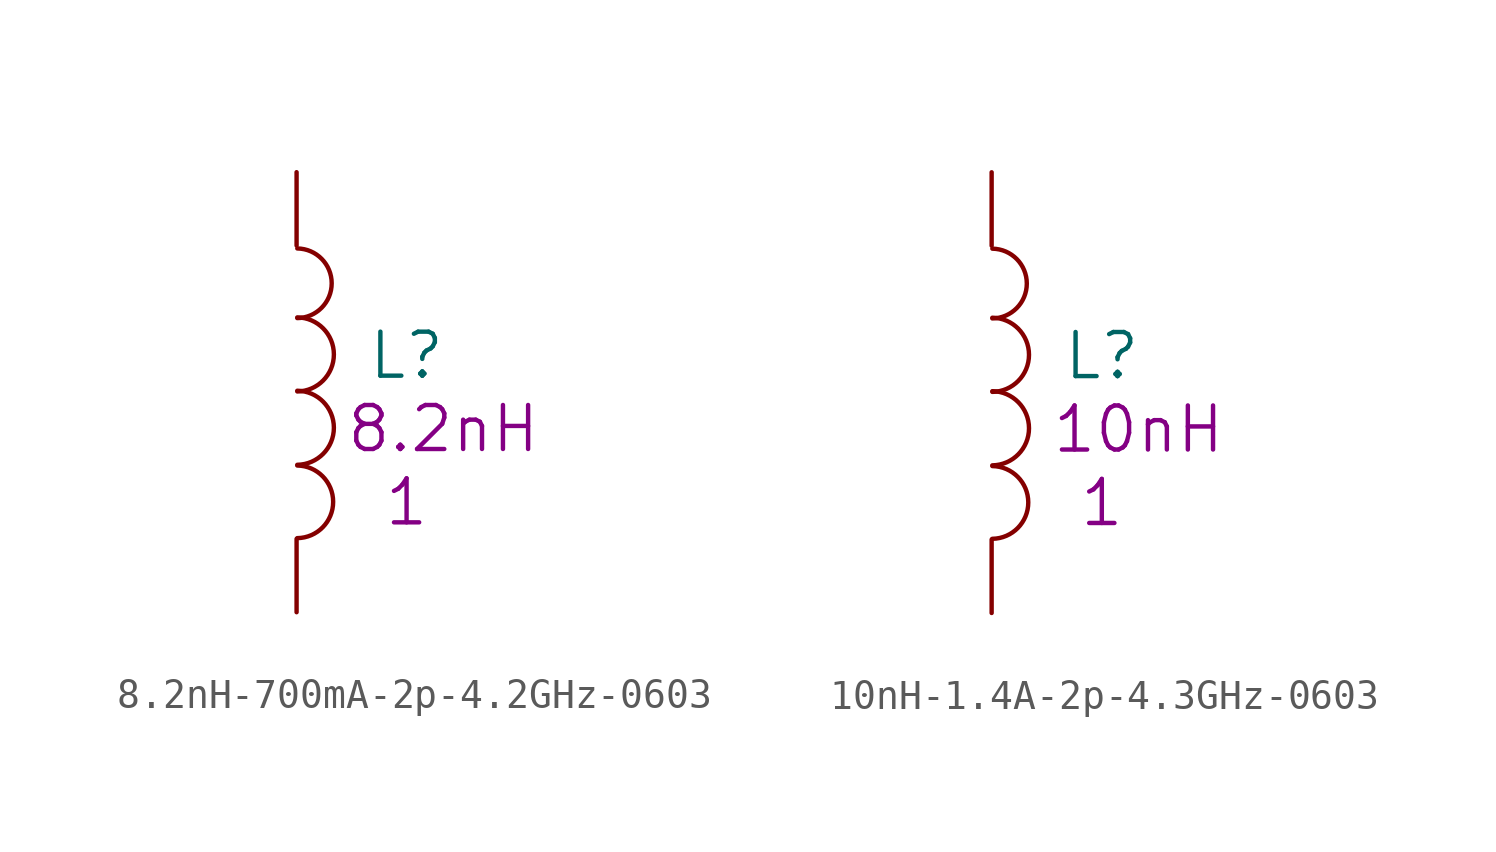
<source format=kicad_sym>
(kicad_symbol_lib
  (version 20201005)
  (generator kicad_symbol_editor)
  (symbol "8.2nH-700mA-2p-4.2GHz-0603"
    (pin_numbers hide)
    (pin_names
      (offset 1.016) hide)
    (property "Reference" "L"
      (at 3.81 -6.35 0)
      (effects (font (size 1.524 1.524))))
    (property "Datasheet" ""
      (at 0 0 0)
      (effects (font (size 1.524 1.524))))
    (property "Qty" "1"
      (at 3.81 -11.43 0)
      (effects (font (size 1.524 1.524))))
    (property "Desc1" "8.2nH"
      (at 5.08 -8.89 0)
      (effects (font (size 1.524 1.524))))
    (symbol "8.2nH-700mA-2p-4.2GHz-0603_0_1"
      (arc (start 0.0254 -12.6746) (end 0.0254 -10.16) (radius (at 0 -11.43) (length 1.27) (angles -88.9 88.9)) (stroke (width 0)) (fill (type none)))
      (arc (start 0.0254 -10.1346) (end 0.0254 -7.5692) (radius (at 0 -8.8646) (length 1.2954) (angles -88.9 88.9)) (stroke (width 0)) (fill (type none)))
      (arc (start 0.0254 -7.5946) (end 0.0254 -5.0292) (radius (at 0 -6.3246) (length 1.2954) (angles -88.9 88.9)) (stroke (width 0)) (fill (type none)))
      (arc (start 0.0254 -5.0546) (end 0.0254 -2.6416) (radius (at 0 -3.8608) (length 1.2192) (angles -88.9 88.9)) (stroke (width 0)) (fill (type none))))
    (symbol "8.2nH-700mA-2p-4.2GHz-0603_1_1"
      (pin passive line (at 0 0 270) (length 2.54) (name "1" (effects (font (size 1.778 1.778)))) (number "1" (effects (font (size 1.778 1.778)))))
      (pin passive line (at 0 -15.24 90) (length 2.54) (name "2" (effects (font (size 1.778 1.778)))) (number "2" (effects (font (size 1.778 1.778)))))))
  (symbol "10nH-1.4A-2p-4.3GHz-0603"
    (pin_numbers hide)
    (pin_names
      (offset 1.016) hide)
    (property "Reference" "L"
      (at 3.81 -6.35 0)
      (effects (font (size 1.524 1.524))))
    (property "Datasheet" ""
      (at 0 0 0)
      (effects (font (size 1.524 1.524))))
    (property "Qty" "1"
      (at 3.81 -11.43 0)
      (effects (font (size 1.524 1.524))))
    (property "Desc1" "10nH"
      (at 5.08 -8.89 0)
      (effects (font (size 1.524 1.524))))
    (symbol "10nH-1.4A-2p-4.3GHz-0603_0_1"
      (arc (start 0.0254 -12.6746) (end 0.0254 -10.16) (radius (at 0 -11.43) (length 1.27) (angles -88.9 88.9)) (stroke (width 0)) (fill (type none)))
      (arc (start 0.0254 -10.1346) (end 0.0254 -7.5692) (radius (at 0 -8.8646) (length 1.2954) (angles -88.9 88.9)) (stroke (width 0)) (fill (type none)))
      (arc (start 0.0254 -7.5946) (end 0.0254 -5.0292) (radius (at 0 -6.3246) (length 1.2954) (angles -88.9 88.9)) (stroke (width 0)) (fill (type none)))
      (arc (start 0.0254 -5.0546) (end 0.0254 -2.6416) (radius (at 0 -3.8608) (length 1.2192) (angles -88.9 88.9)) (stroke (width 0)) (fill (type none))))
    (symbol "10nH-1.4A-2p-4.3GHz-0603_1_1"
      (pin passive line (at 0 0 270) (length 2.54) (name "1" (effects (font (size 1.778 1.778)))) (number "1" (effects (font (size 1.778 1.778)))))
      (pin passive line (at 0 -15.24 90) (length 2.54) (name "2" (effects (font (size 1.778 1.778)))) (number "2" (effects (font (size 1.778 1.778))))))))
</source>
